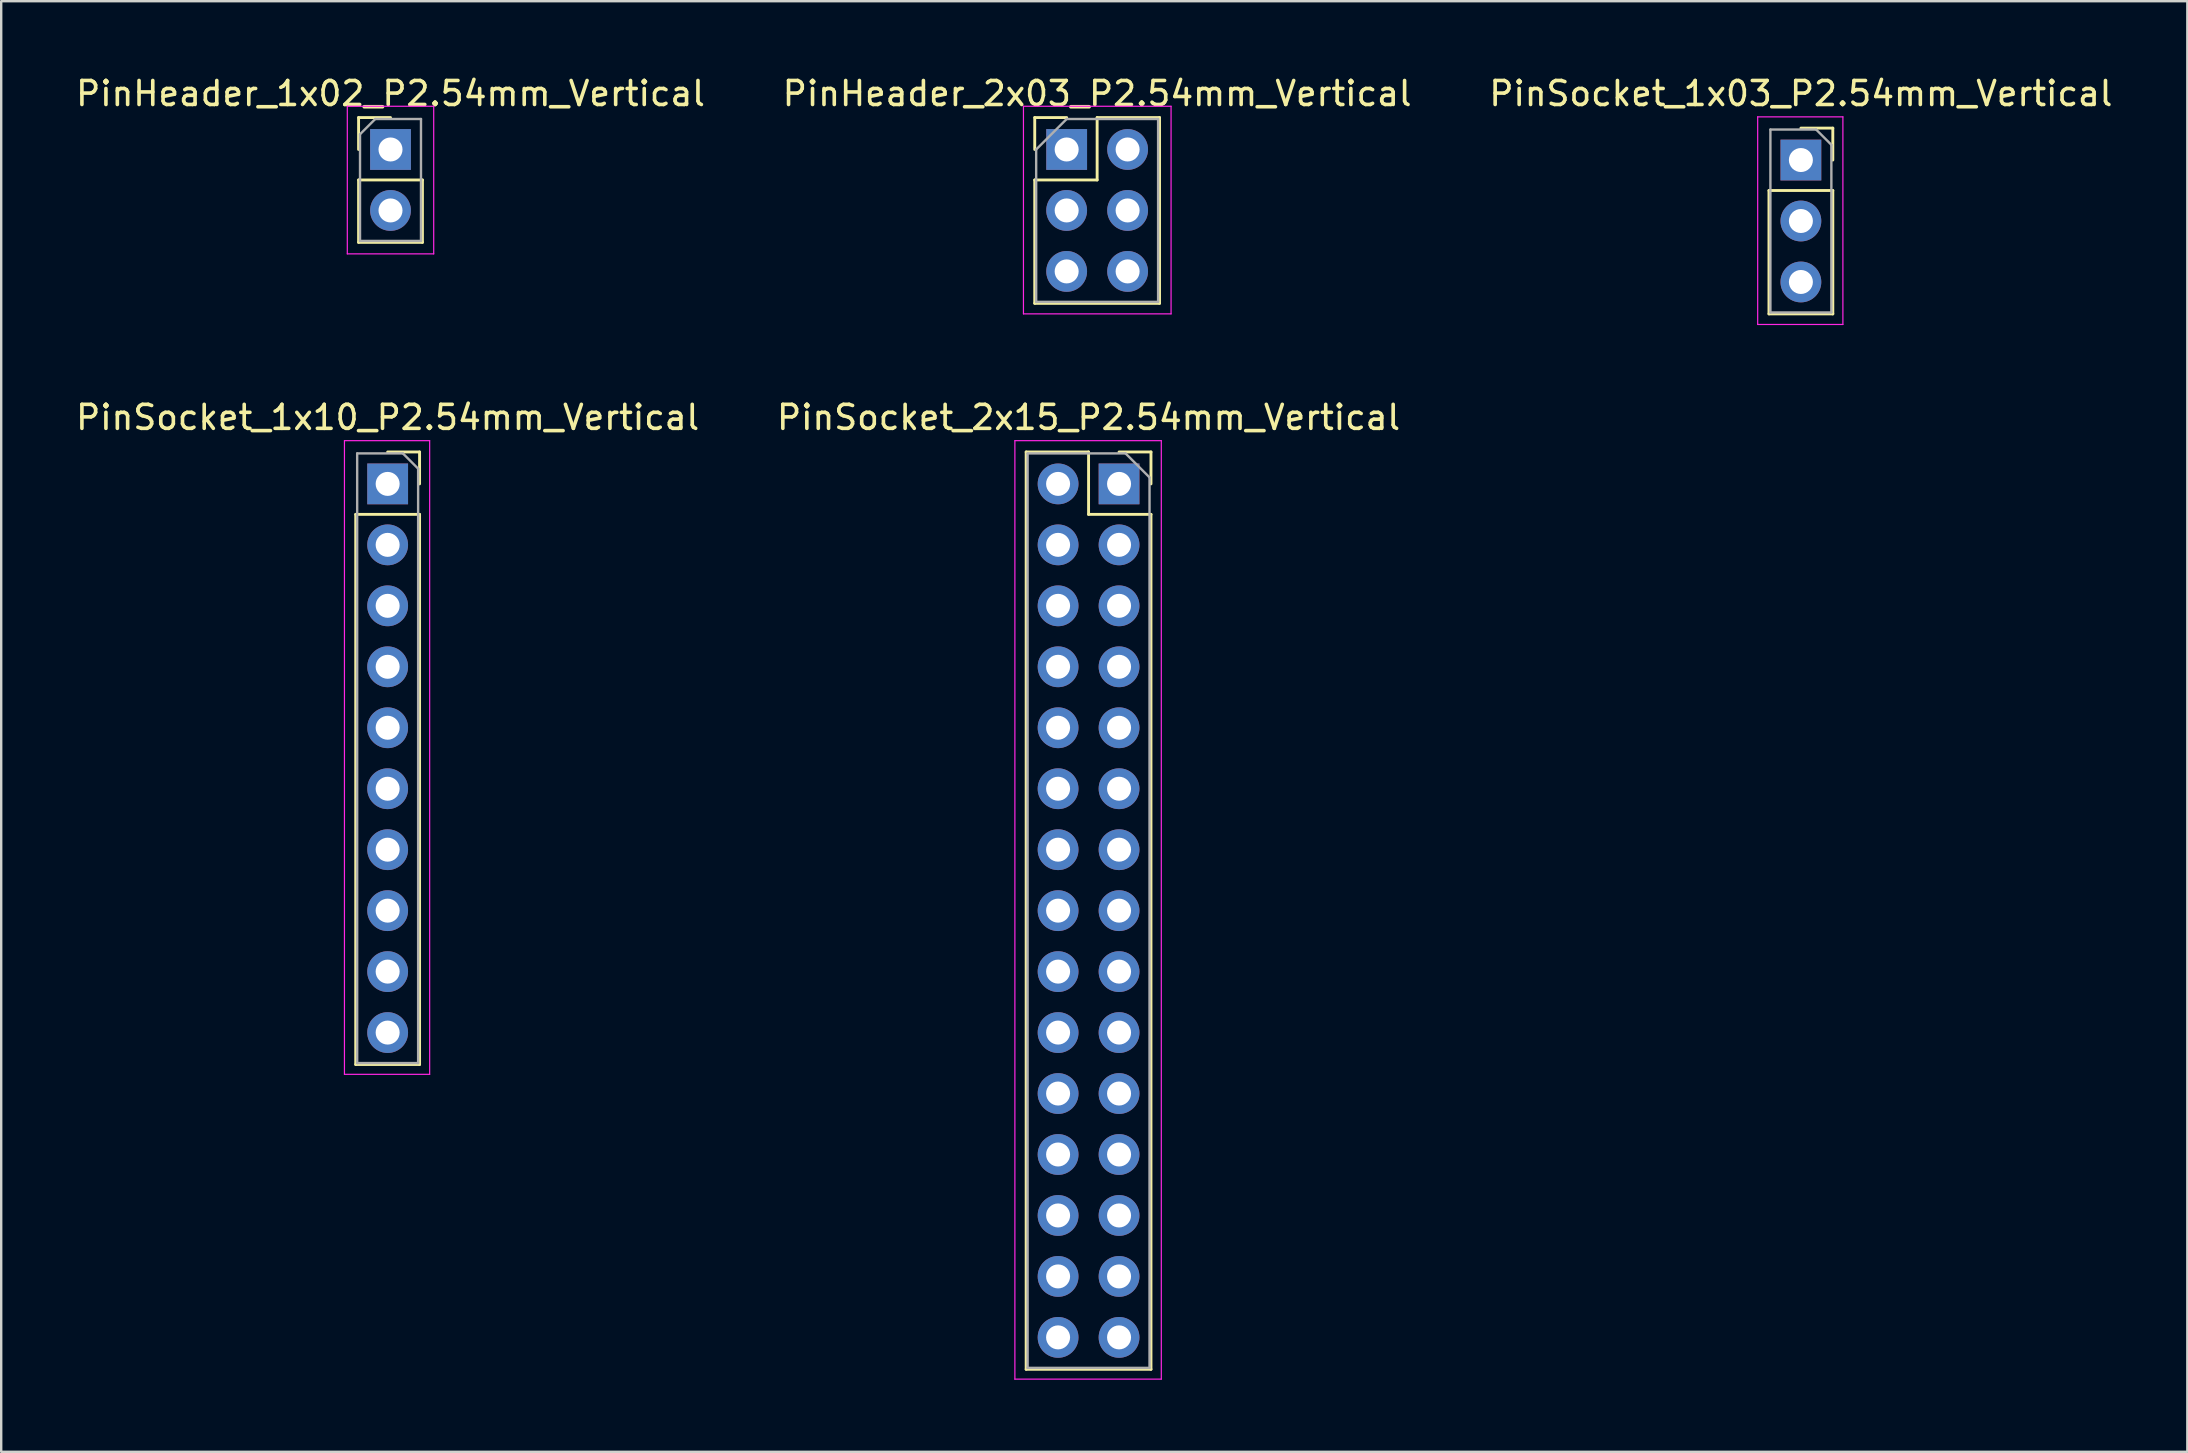
<source format=kicad_pcb>
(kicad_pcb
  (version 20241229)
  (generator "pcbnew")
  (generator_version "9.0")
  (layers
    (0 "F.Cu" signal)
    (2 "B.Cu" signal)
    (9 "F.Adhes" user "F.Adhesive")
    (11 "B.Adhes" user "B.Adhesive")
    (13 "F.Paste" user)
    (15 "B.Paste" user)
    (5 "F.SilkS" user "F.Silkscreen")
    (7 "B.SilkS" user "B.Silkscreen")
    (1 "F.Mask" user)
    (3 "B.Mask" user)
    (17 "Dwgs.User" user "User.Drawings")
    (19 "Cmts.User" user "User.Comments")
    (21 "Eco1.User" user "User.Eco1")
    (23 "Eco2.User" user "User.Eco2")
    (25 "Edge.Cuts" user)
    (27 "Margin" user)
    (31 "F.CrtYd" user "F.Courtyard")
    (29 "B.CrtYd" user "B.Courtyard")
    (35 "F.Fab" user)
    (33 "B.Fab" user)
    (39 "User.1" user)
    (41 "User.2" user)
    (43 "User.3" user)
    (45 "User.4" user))
  (footprint "PinSocket_1x03_P2.54mm_Vertical"
    (layer "F.Cu")
    (at 71.982 3.618)
    (property "Reference" "PinSocket_1x03_P2.54mm_Vertical" (at 0 -2.77 0) (layer "F.SilkS") (effects (font (size 1 1) (thickness 0.15))))
    (attr through_hole)
    (fp_line (start -1.33 1.27) (end -1.33 6.41) (stroke (width 0.12) (type solid)) (layer "F.SilkS"))
    (fp_line (start -1.33 1.27) (end 1.33 1.27) (stroke (width 0.12) (type solid)) (layer "F.SilkS"))
    (fp_line (start -1.33 6.41) (end 1.33 6.41) (stroke (width 0.12) (type solid)) (layer "F.SilkS"))
    (fp_line (start 0 -1.33) (end 1.33 -1.33) (stroke (width 0.12) (type solid)) (layer "F.SilkS"))
    (fp_line (start 1.33 -1.33) (end 1.33 0) (stroke (width 0.12) (type solid)) (layer "F.SilkS"))
    (fp_line (start 1.33 1.27) (end 1.33 6.41) (stroke (width 0.12) (type solid)) (layer "F.SilkS"))
    (fp_line (start -1.8 -1.8) (end 1.75 -1.8) (stroke (width 0.05) (type solid)) (layer "F.CrtYd"))
    (fp_line (start -1.8 6.85) (end -1.8 -1.8) (stroke (width 0.05) (type solid)) (layer "F.CrtYd"))
    (fp_line (start 1.75 -1.8) (end 1.75 6.85) (stroke (width 0.05) (type solid)) (layer "F.CrtYd"))
    (fp_line (start 1.75 6.85) (end -1.8 6.85) (stroke (width 0.05) (type solid)) (layer "F.CrtYd"))
    (fp_line (start -1.27 -1.27) (end 0.635 -1.27) (stroke (width 0.1) (type solid)) (layer "F.Fab"))
    (fp_line (start -1.27 6.35) (end -1.27 -1.27) (stroke (width 0.1) (type solid)) (layer "F.Fab"))
    (fp_line (start 0.635 -1.27) (end 1.27 -0.635) (stroke (width 0.1) (type solid)) (layer "F.Fab"))
    (fp_line (start 1.27 -0.635) (end 1.27 6.35) (stroke (width 0.1) (type solid)) (layer "F.Fab"))
    (fp_line (start 1.27 6.35) (end -1.27 6.35) (stroke (width 0.1) (type solid)) (layer "F.Fab"))
    (pad "1" thru_hole rect (at 0 0) (size 1.7 1.7) (drill 1) (layers "*.Cu" "*.Mask"))
    (pad "2" thru_hole oval (at 0 2.54) (size 1.7 1.7) (drill 1) (layers "*.Cu" "*.Mask"))
    (pad "3" thru_hole oval (at 0 5.08) (size 1.7 1.7) (drill 1) (layers "*.Cu" "*.Mask")))
  (footprint "PinSocket_2x15_P2.54mm_Vertical"
    (layer "F.Cu")
    (at 43.574 17.111)
    (property "Reference" "PinSocket_2x15_P2.54mm_Vertical" (at -1.27 -2.77 0) (layer "F.SilkS") (effects (font (size 1 1) (thickness 0.15))))
    (attr through_hole)
    (fp_line (start -3.87 -1.33) (end -3.87 36.89) (stroke (width 0.12) (type solid)) (layer "F.SilkS"))
    (fp_line (start -3.87 -1.33) (end -1.27 -1.33) (stroke (width 0.12) (type solid)) (layer "F.SilkS"))
    (fp_line (start -3.87 36.89) (end 1.33 36.89) (stroke (width 0.12) (type solid)) (layer "F.SilkS"))
    (fp_line (start -1.27 -1.33) (end -1.27 1.27) (stroke (width 0.12) (type solid)) (layer "F.SilkS"))
    (fp_line (start -1.27 1.27) (end 1.33 1.27) (stroke (width 0.12) (type solid)) (layer "F.SilkS"))
    (fp_line (start 0 -1.33) (end 1.33 -1.33) (stroke (width 0.12) (type solid)) (layer "F.SilkS"))
    (fp_line (start 1.33 -1.33) (end 1.33 0) (stroke (width 0.12) (type solid)) (layer "F.SilkS"))
    (fp_line (start 1.33 1.27) (end 1.33 36.89) (stroke (width 0.12) (type solid)) (layer "F.SilkS"))
    (fp_line (start -4.34 -1.8) (end 1.76 -1.8) (stroke (width 0.05) (type solid)) (layer "F.CrtYd"))
    (fp_line (start -4.34 37.3) (end -4.34 -1.8) (stroke (width 0.05) (type solid)) (layer "F.CrtYd"))
    (fp_line (start 1.76 -1.8) (end 1.76 37.3) (stroke (width 0.05) (type solid)) (layer "F.CrtYd"))
    (fp_line (start 1.76 37.3) (end -4.34 37.3) (stroke (width 0.05) (type solid)) (layer "F.CrtYd"))
    (fp_line (start -3.81 -1.27) (end 0.27 -1.27) (stroke (width 0.1) (type solid)) (layer "F.Fab"))
    (fp_line (start -3.81 36.83) (end -3.81 -1.27) (stroke (width 0.1) (type solid)) (layer "F.Fab"))
    (fp_line (start 0.27 -1.27) (end 1.27 -0.27) (stroke (width 0.1) (type solid)) (layer "F.Fab"))
    (fp_line (start 1.27 -0.27) (end 1.27 36.83) (stroke (width 0.1) (type solid)) (layer "F.Fab"))
    (fp_line (start 1.27 36.83) (end -3.81 36.83) (stroke (width 0.1) (type solid)) (layer "F.Fab"))
    (pad "1" thru_hole rect (at 0 0) (size 1.7 1.7) (drill 1) (layers "*.Cu" "*.Mask"))
    (pad "2" thru_hole oval (at -2.54 0) (size 1.7 1.7) (drill 1) (layers "*.Cu" "*.Mask"))
    (pad "3" thru_hole oval (at 0 2.54) (size 1.7 1.7) (drill 1) (layers "*.Cu" "*.Mask"))
    (pad "4" thru_hole oval (at -2.54 2.54) (size 1.7 1.7) (drill 1) (layers "*.Cu" "*.Mask"))
    (pad "5" thru_hole oval (at 0 5.08) (size 1.7 1.7) (drill 1) (layers "*.Cu" "*.Mask"))
    (pad "6" thru_hole oval (at -2.54 5.08) (size 1.7 1.7) (drill 1) (layers "*.Cu" "*.Mask"))
    (pad "7" thru_hole oval (at 0 7.62) (size 1.7 1.7) (drill 1) (layers "*.Cu" "*.Mask"))
    (pad "8" thru_hole oval (at -2.54 7.62) (size 1.7 1.7) (drill 1) (layers "*.Cu" "*.Mask"))
    (pad "9" thru_hole oval (at 0 10.16) (size 1.7 1.7) (drill 1) (layers "*.Cu" "*.Mask"))
    (pad "10" thru_hole oval (at -2.54 10.16) (size 1.7 1.7) (drill 1) (layers "*.Cu" "*.Mask"))
    (pad "11" thru_hole oval (at 0 12.7) (size 1.7 1.7) (drill 1) (layers "*.Cu" "*.Mask"))
    (pad "12" thru_hole oval (at -2.54 12.7) (size 1.7 1.7) (drill 1) (layers "*.Cu" "*.Mask"))
    (pad "13" thru_hole oval (at 0 15.24) (size 1.7 1.7) (drill 1) (layers "*.Cu" "*.Mask"))
    (pad "14" thru_hole oval (at -2.54 15.24) (size 1.7 1.7) (drill 1) (layers "*.Cu" "*.Mask"))
    (pad "15" thru_hole oval (at 0 17.78) (size 1.7 1.7) (drill 1) (layers "*.Cu" "*.Mask"))
    (pad "16" thru_hole oval (at -2.54 17.78) (size 1.7 1.7) (drill 1) (layers "*.Cu" "*.Mask"))
    (pad "17" thru_hole oval (at 0 20.32) (size 1.7 1.7) (drill 1) (layers "*.Cu" "*.Mask"))
    (pad "18" thru_hole oval (at -2.54 20.32) (size 1.7 1.7) (drill 1) (layers "*.Cu" "*.Mask"))
    (pad "19" thru_hole oval (at 0 22.86) (size 1.7 1.7) (drill 1) (layers "*.Cu" "*.Mask"))
    (pad "20" thru_hole oval (at -2.54 22.86) (size 1.7 1.7) (drill 1) (layers "*.Cu" "*.Mask"))
    (pad "21" thru_hole oval (at 0 25.4) (size 1.7 1.7) (drill 1) (layers "*.Cu" "*.Mask"))
    (pad "22" thru_hole oval (at -2.54 25.4) (size 1.7 1.7) (drill 1) (layers "*.Cu" "*.Mask"))
    (pad "23" thru_hole oval (at 0 27.94) (size 1.7 1.7) (drill 1) (layers "*.Cu" "*.Mask"))
    (pad "24" thru_hole oval (at -2.54 27.94) (size 1.7 1.7) (drill 1) (layers "*.Cu" "*.Mask"))
    (pad "25" thru_hole oval (at 0 30.48) (size 1.7 1.7) (drill 1) (layers "*.Cu" "*.Mask"))
    (pad "26" thru_hole oval (at -2.54 30.48) (size 1.7 1.7) (drill 1) (layers "*.Cu" "*.Mask"))
    (pad "27" thru_hole oval (at 0 33.02) (size 1.7 1.7) (drill 1) (layers "*.Cu" "*.Mask"))
    (pad "28" thru_hole oval (at -2.54 33.02) (size 1.7 1.7) (drill 1) (layers "*.Cu" "*.Mask"))
    (pad "29" thru_hole oval (at 0 35.56) (size 1.7 1.7) (drill 1) (layers "*.Cu" "*.Mask"))
    (pad "30" thru_hole oval (at -2.54 35.56) (size 1.7 1.7) (drill 1) (layers "*.Cu" "*.Mask")))
  (footprint "PinHeader_2x03_P2.54mm_Vertical"
    (layer "F.Cu")
    (at 41.391 3.178)
    (property "Reference" "PinHeader_2x03_P2.54mm_Vertical" (at 1.27 -2.33 180) (layer "F.SilkS") (effects (font (size 1 1) (thickness 0.15))))
    (attr through_hole)
    (fp_line (start -1.33 -1.33) (end 0 -1.33) (stroke (width 0.12) (type solid)) (layer "F.SilkS"))
    (fp_line (start -1.33 0) (end -1.33 -1.33) (stroke (width 0.12) (type solid)) (layer "F.SilkS"))
    (fp_line (start -1.33 1.27) (end -1.33 6.41) (stroke (width 0.12) (type solid)) (layer "F.SilkS"))
    (fp_line (start -1.33 1.27) (end 1.27 1.27) (stroke (width 0.12) (type solid)) (layer "F.SilkS"))
    (fp_line (start -1.33 6.41) (end 3.87 6.41) (stroke (width 0.12) (type solid)) (layer "F.SilkS"))
    (fp_line (start 1.27 -1.33) (end 3.87 -1.33) (stroke (width 0.12) (type solid)) (layer "F.SilkS"))
    (fp_line (start 1.27 1.27) (end 1.27 -1.33) (stroke (width 0.12) (type solid)) (layer "F.SilkS"))
    (fp_line (start 3.87 -1.33) (end 3.87 6.41) (stroke (width 0.12) (type solid)) (layer "F.SilkS"))
    (fp_line (start -1.8 -1.8) (end -1.8 6.85) (stroke (width 0.05) (type solid)) (layer "F.CrtYd"))
    (fp_line (start -1.8 6.85) (end 4.35 6.85) (stroke (width 0.05) (type solid)) (layer "F.CrtYd"))
    (fp_line (start 4.35 -1.8) (end -1.8 -1.8) (stroke (width 0.05) (type solid)) (layer "F.CrtYd"))
    (fp_line (start 4.35 6.85) (end 4.35 -1.8) (stroke (width 0.05) (type solid)) (layer "F.CrtYd"))
    (fp_line (start -1.27 0) (end 0 -1.27) (stroke (width 0.1) (type solid)) (layer "F.Fab"))
    (fp_line (start -1.27 6.35) (end -1.27 0) (stroke (width 0.1) (type solid)) (layer "F.Fab"))
    (fp_line (start 0 -1.27) (end 3.81 -1.27) (stroke (width 0.1) (type solid)) (layer "F.Fab"))
    (fp_line (start 3.81 -1.27) (end 3.81 6.35) (stroke (width 0.1) (type solid)) (layer "F.Fab"))
    (fp_line (start 3.81 6.35) (end -1.27 6.35) (stroke (width 0.1) (type solid)) (layer "F.Fab"))
    (pad "1" thru_hole rect (at 0 0) (size 1.7 1.7) (drill 1) (layers "*.Cu" "*.Mask"))
    (pad "2" thru_hole oval (at 2.54 0) (size 1.7 1.7) (drill 1) (layers "*.Cu" "*.Mask"))
    (pad "3" thru_hole oval (at 0 2.54) (size 1.7 1.7) (drill 1) (layers "*.Cu" "*.Mask"))
    (pad "4" thru_hole oval (at 2.54 2.54) (size 1.7 1.7) (drill 1) (layers "*.Cu" "*.Mask"))
    (pad "5" thru_hole oval (at 0 5.08) (size 1.7 1.7) (drill 1) (layers "*.Cu" "*.Mask"))
    (pad "6" thru_hole oval (at 2.54 5.08) (size 1.7 1.7) (drill 1) (layers "*.Cu" "*.Mask")))
  (footprint "PinHeader_1x02_P2.54mm_Vertical"
    (layer "F.Cu")
    (at 13.22 3.178)
    (property "Reference" "PinHeader_1x02_P2.54mm_Vertical" (at 0 -2.33 180) (layer "F.SilkS") (effects (font (size 1 1) (thickness 0.15))))
    (attr through_hole)
    (fp_line (start -1.33 -1.33) (end 0 -1.33) (stroke (width 0.12) (type solid)) (layer "F.SilkS"))
    (fp_line (start -1.33 0) (end -1.33 -1.33) (stroke (width 0.12) (type solid)) (layer "F.SilkS"))
    (fp_line (start -1.33 1.27) (end -1.33 3.87) (stroke (width 0.12) (type solid)) (layer "F.SilkS"))
    (fp_line (start -1.33 1.27) (end 1.33 1.27) (stroke (width 0.12) (type solid)) (layer "F.SilkS"))
    (fp_line (start -1.33 3.87) (end 1.33 3.87) (stroke (width 0.12) (type solid)) (layer "F.SilkS"))
    (fp_line (start 1.33 1.27) (end 1.33 3.87) (stroke (width 0.12) (type solid)) (layer "F.SilkS"))
    (fp_line (start -1.8 -1.8) (end -1.8 4.35) (stroke (width 0.05) (type solid)) (layer "F.CrtYd"))
    (fp_line (start -1.8 4.35) (end 1.8 4.35) (stroke (width 0.05) (type solid)) (layer "F.CrtYd"))
    (fp_line (start 1.8 -1.8) (end -1.8 -1.8) (stroke (width 0.05) (type solid)) (layer "F.CrtYd"))
    (fp_line (start 1.8 4.35) (end 1.8 -1.8) (stroke (width 0.05) (type solid)) (layer "F.CrtYd"))
    (fp_line (start -1.27 -0.635) (end -0.635 -1.27) (stroke (width 0.1) (type solid)) (layer "F.Fab"))
    (fp_line (start -1.27 3.81) (end -1.27 -0.635) (stroke (width 0.1) (type solid)) (layer "F.Fab"))
    (fp_line (start -0.635 -1.27) (end 1.27 -1.27) (stroke (width 0.1) (type solid)) (layer "F.Fab"))
    (fp_line (start 1.27 -1.27) (end 1.27 3.81) (stroke (width 0.1) (type solid)) (layer "F.Fab"))
    (fp_line (start 1.27 3.81) (end -1.27 3.81) (stroke (width 0.1) (type solid)) (layer "F.Fab"))
    (pad "1" thru_hole rect (at 0 0) (size 1.7 1.7) (drill 1) (layers "*.Cu" "*.Mask"))
    (pad "2" thru_hole oval (at 0 2.54) (size 1.7 1.7) (drill 1) (layers "*.Cu" "*.Mask")))
  (footprint "PinSocket_1x10_P2.54mm_Vertical"
    (layer "F.Cu")
    (at 13.101 17.111)
    (property "Reference" "PinSocket_1x10_P2.54mm_Vertical" (at 0 -2.77 0) (layer "F.SilkS") (effects (font (size 1 1) (thickness 0.15))))
    (attr through_hole)
    (fp_line (start -1.33 1.27) (end -1.33 24.19) (stroke (width 0.12) (type solid)) (layer "F.SilkS"))
    (fp_line (start -1.33 1.27) (end 1.33 1.27) (stroke (width 0.12) (type solid)) (layer "F.SilkS"))
    (fp_line (start -1.33 24.19) (end 1.33 24.19) (stroke (width 0.12) (type solid)) (layer "F.SilkS"))
    (fp_line (start 0 -1.33) (end 1.33 -1.33) (stroke (width 0.12) (type solid)) (layer "F.SilkS"))
    (fp_line (start 1.33 -1.33) (end 1.33 0) (stroke (width 0.12) (type solid)) (layer "F.SilkS"))
    (fp_line (start 1.33 1.27) (end 1.33 24.19) (stroke (width 0.12) (type solid)) (layer "F.SilkS"))
    (fp_line (start -1.8 -1.8) (end 1.75 -1.8) (stroke (width 0.05) (type solid)) (layer "F.CrtYd"))
    (fp_line (start -1.8 24.6) (end -1.8 -1.8) (stroke (width 0.05) (type solid)) (layer "F.CrtYd"))
    (fp_line (start 1.75 -1.8) (end 1.75 24.6) (stroke (width 0.05) (type solid)) (layer "F.CrtYd"))
    (fp_line (start 1.75 24.6) (end -1.8 24.6) (stroke (width 0.05) (type solid)) (layer "F.CrtYd"))
    (fp_line (start -1.27 -1.27) (end 0.635 -1.27) (stroke (width 0.1) (type solid)) (layer "F.Fab"))
    (fp_line (start -1.27 24.13) (end -1.27 -1.27) (stroke (width 0.1) (type solid)) (layer "F.Fab"))
    (fp_line (start 0.635 -1.27) (end 1.27 -0.635) (stroke (width 0.1) (type solid)) (layer "F.Fab"))
    (fp_line (start 1.27 -0.635) (end 1.27 24.13) (stroke (width 0.1) (type solid)) (layer "F.Fab"))
    (fp_line (start 1.27 24.13) (end -1.27 24.13) (stroke (width 0.1) (type solid)) (layer "F.Fab"))
    (pad "1" thru_hole rect (at 0 0 180) (size 1.7 1.7) (drill 1) (layers "*.Cu" "*.Mask"))
    (pad "2" thru_hole oval (at 0 2.54 180) (size 1.7 1.7) (drill 1) (layers "*.Cu" "*.Mask"))
    (pad "3" thru_hole oval (at 0 5.08 180) (size 1.7 1.7) (drill 1) (layers "*.Cu" "*.Mask"))
    (pad "4" thru_hole oval (at 0 7.62 180) (size 1.7 1.7) (drill 1) (layers "*.Cu" "*.Mask"))
    (pad "5" thru_hole oval (at 0 10.16 180) (size 1.7 1.7) (drill 1) (layers "*.Cu" "*.Mask"))
    (pad "6" thru_hole oval (at 0 12.7 180) (size 1.7 1.7) (drill 1) (layers "*.Cu" "*.Mask"))
    (pad "7" thru_hole oval (at 0 15.24 180) (size 1.7 1.7) (drill 1) (layers "*.Cu" "*.Mask"))
    (pad "8" thru_hole oval (at 0 17.78 180) (size 1.7 1.7) (drill 1) (layers "*.Cu" "*.Mask"))
    (pad "9" thru_hole oval (at 0 20.32 180) (size 1.7 1.7) (drill 1) (layers "*.Cu" "*.Mask"))
    (pad "10" thru_hole oval (at 0 22.86 180) (size 1.7 1.7) (drill 1) (layers "*.Cu" "*.Mask")))
  (gr_rect
    (start -3 -3)
    (end 88.083 57.437)
    (stroke (width 0.1) (type default))
    (fill no)
    (layer "Edge.Cuts")))
</source>
